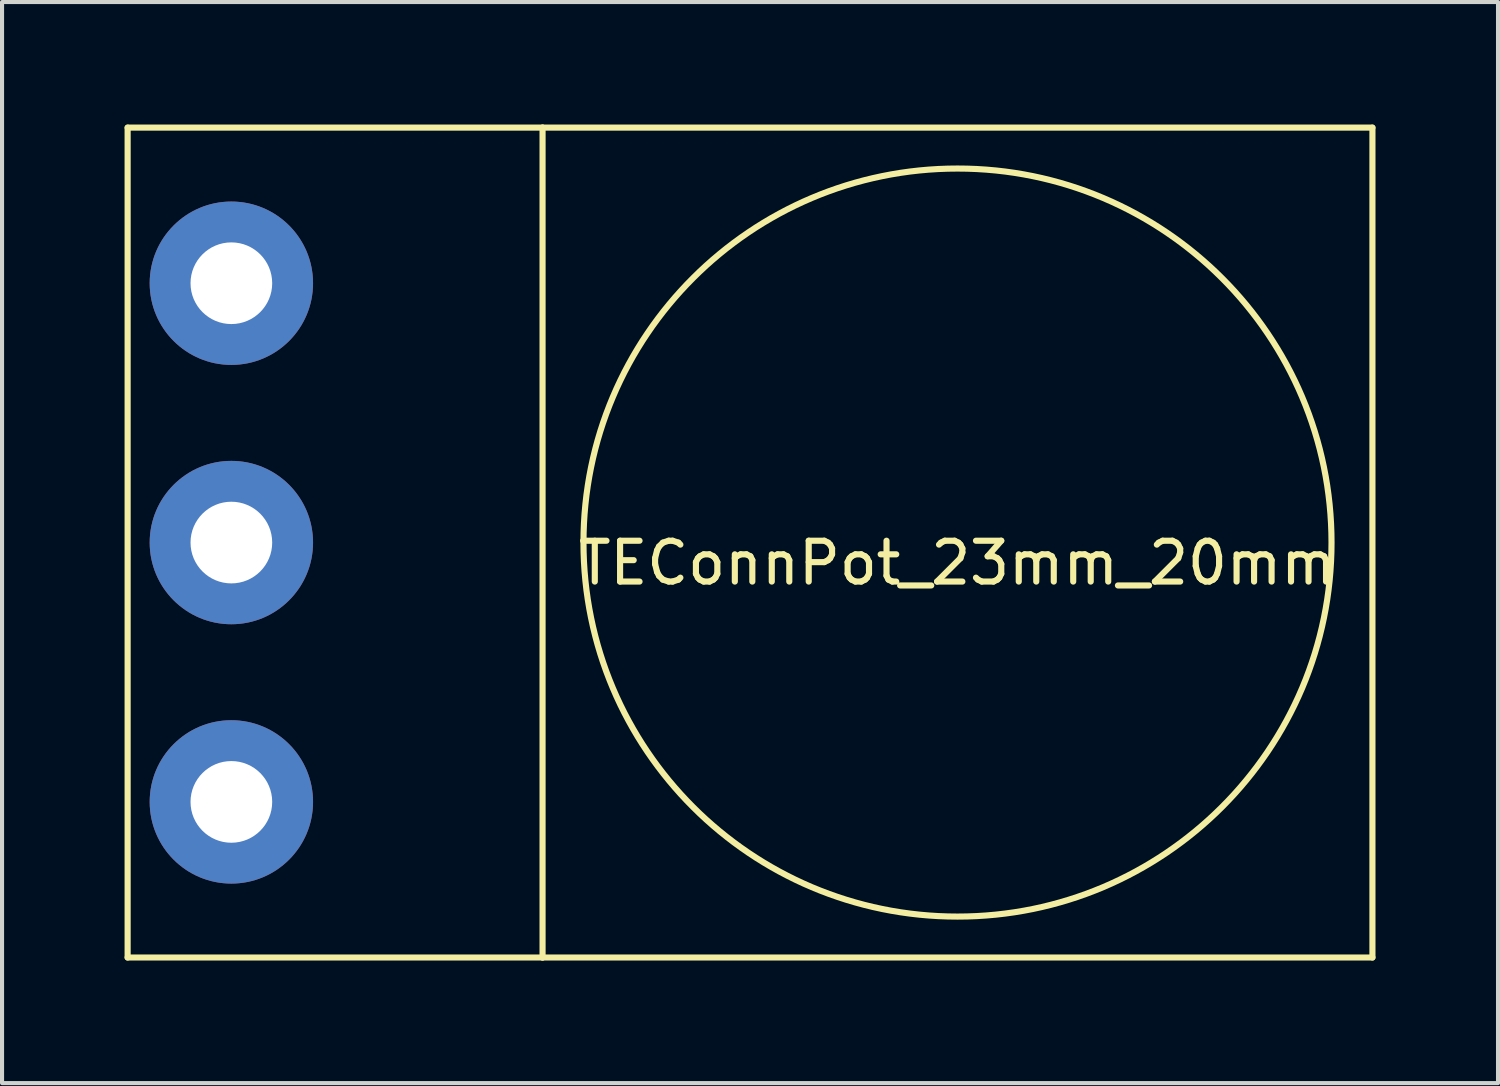
<source format=kicad_pcb>
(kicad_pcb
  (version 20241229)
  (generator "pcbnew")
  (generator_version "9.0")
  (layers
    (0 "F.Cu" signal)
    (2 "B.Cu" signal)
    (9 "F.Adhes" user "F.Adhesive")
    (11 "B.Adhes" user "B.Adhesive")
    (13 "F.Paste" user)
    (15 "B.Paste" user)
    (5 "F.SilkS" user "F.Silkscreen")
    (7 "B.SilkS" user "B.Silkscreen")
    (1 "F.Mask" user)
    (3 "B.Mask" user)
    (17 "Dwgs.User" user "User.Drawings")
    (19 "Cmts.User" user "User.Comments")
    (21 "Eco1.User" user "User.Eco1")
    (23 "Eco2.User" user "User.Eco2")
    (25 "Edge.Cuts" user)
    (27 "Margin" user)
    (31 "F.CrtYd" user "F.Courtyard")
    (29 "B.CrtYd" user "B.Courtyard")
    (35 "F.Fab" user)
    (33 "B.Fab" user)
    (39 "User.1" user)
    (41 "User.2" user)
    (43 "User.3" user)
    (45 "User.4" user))
  (footprint "TEConnPot_23mm_20mm"
    (layer "F.Cu")
    (at 20.395 10.235)
    (property "Reference" "TEConnPot_23mm_20mm" (at 0 0.5 0) (layer "F.SilkS") (effects (font (size 1 1) (thickness 0.15))))
    (attr through_hole)
    (fp_line (start -20.32 -10.16) (end -20.32 10.16) (stroke (width 0.15) (type solid)) (layer "F.SilkS"))
    (fp_line (start -20.32 10.16) (end -10.16 10.16) (stroke (width 0.15) (type solid)) (layer "F.SilkS"))
    (fp_line (start -10.16 -10.16) (end -20.32 -10.16) (stroke (width 0.15) (type solid)) (layer "F.SilkS"))
    (fp_line (start -10.16 -10.16) (end -10.16 10.16) (stroke (width 0.15) (type solid)) (layer "F.SilkS"))
    (fp_line (start -10.16 10.16) (end 10.16 10.16) (stroke (width 0.15) (type solid)) (layer "F.SilkS"))
    (fp_line (start 10.16 -10.16) (end -10.16 -10.16) (stroke (width 0.15) (type solid)) (layer "F.SilkS"))
    (fp_line (start 10.16 10.16) (end 10.16 -10.16) (stroke (width 0.15) (type solid)) (layer "F.SilkS"))
    (fp_circle (center 0 0) (end 5.08 7.62) (stroke (width 0.15) (type solid)) (fill no) (layer "F.SilkS"))
    (pad "1" thru_hole circle (at -17.78 6.35) (size 4 4) (drill 2) (layers "*.Cu" "*.Mask"))
    (pad "2" thru_hole circle (at -17.78 0) (size 4 4) (drill 2) (layers "*.Cu" "*.Mask"))
    (pad "3" thru_hole circle (at -17.78 -6.35) (size 4 4) (drill 2) (layers "*.Cu" "*.Mask")))
  (gr_rect
    (start -3 -3)
    (end 33.63 23.47)
    (stroke (width 0.1) (type default))
    (fill no)
    (layer "Edge.Cuts")))
</source>
